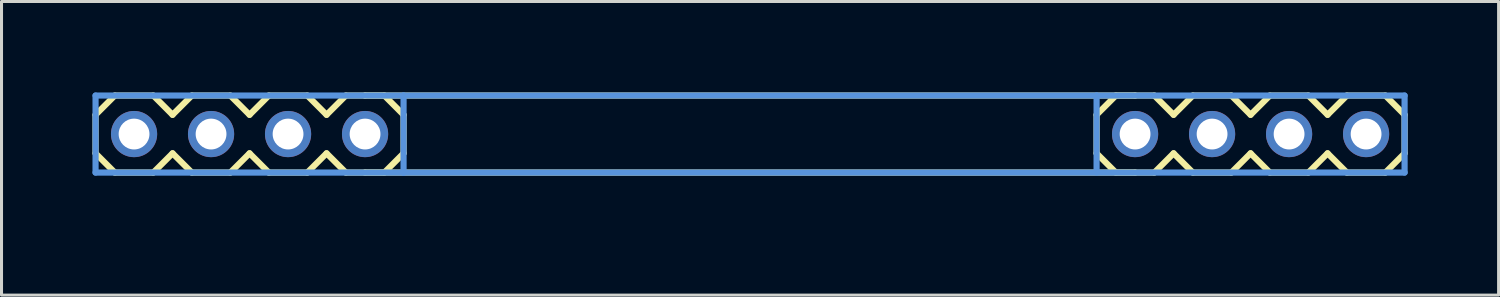
<source format=kicad_pcb>
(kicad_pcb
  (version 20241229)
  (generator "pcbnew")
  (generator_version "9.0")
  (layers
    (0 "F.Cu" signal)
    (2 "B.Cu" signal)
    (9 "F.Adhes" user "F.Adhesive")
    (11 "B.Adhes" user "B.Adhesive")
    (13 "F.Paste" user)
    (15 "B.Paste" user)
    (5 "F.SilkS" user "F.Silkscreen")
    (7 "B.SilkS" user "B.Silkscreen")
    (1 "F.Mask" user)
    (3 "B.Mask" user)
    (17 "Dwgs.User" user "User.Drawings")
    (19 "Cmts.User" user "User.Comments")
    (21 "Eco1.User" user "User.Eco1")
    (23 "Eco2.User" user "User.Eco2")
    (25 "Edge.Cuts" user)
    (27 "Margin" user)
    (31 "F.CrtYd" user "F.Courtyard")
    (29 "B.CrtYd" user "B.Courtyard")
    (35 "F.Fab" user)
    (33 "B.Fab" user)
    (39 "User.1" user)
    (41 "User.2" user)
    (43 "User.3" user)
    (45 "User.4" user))
  (footprint "RX-B1"
    (layer "F.Cu")
    (at 20.422 1.372)
    (property "Reference" "RX-B1" (at -6.426 1.346 0) (layer "Eco1.User") (effects (font (size 1.27 1.27) (thickness 0.127))))
    (attr through_hole)
    (fp_line (start -20.32 -0.635) (end -20.32 0.635) (stroke (width 0.203) (type solid)) (layer "F.SilkS"))
    (fp_line (start -20.32 0.635) (end -19.685 1.27) (stroke (width 0.203) (type solid)) (layer "F.SilkS"))
    (fp_line (start -19.685 -1.27) (end -20.32 -0.635) (stroke (width 0.203) (type solid)) (layer "F.SilkS"))
    (fp_line (start -19.685 -1.27) (end -18.415 -1.27) (stroke (width 0.203) (type solid)) (layer "F.SilkS"))
    (fp_line (start -18.415 -1.27) (end -17.78 -0.635) (stroke (width 0.203) (type solid)) (layer "F.SilkS"))
    (fp_line (start -18.415 1.27) (end -19.685 1.27) (stroke (width 0.203) (type solid)) (layer "F.SilkS"))
    (fp_line (start -17.78 -0.635) (end -17.145 -1.27) (stroke (width 0.203) (type solid)) (layer "F.SilkS"))
    (fp_line (start -17.78 0.635) (end -18.415 1.27) (stroke (width 0.203) (type solid)) (layer "F.SilkS"))
    (fp_line (start -17.145 -1.27) (end -15.875 -1.27) (stroke (width 0.203) (type solid)) (layer "F.SilkS"))
    (fp_line (start -17.145 1.27) (end -17.78 0.635) (stroke (width 0.203) (type solid)) (layer "F.SilkS"))
    (fp_line (start -15.875 -1.27) (end -15.24 -0.635) (stroke (width 0.203) (type solid)) (layer "F.SilkS"))
    (fp_line (start -15.875 1.27) (end -17.145 1.27) (stroke (width 0.203) (type solid)) (layer "F.SilkS"))
    (fp_line (start -15.24 -0.635) (end -14.605 -1.27) (stroke (width 0.203) (type solid)) (layer "F.SilkS"))
    (fp_line (start -15.24 0.635) (end -15.875 1.27) (stroke (width 0.203) (type solid)) (layer "F.SilkS"))
    (fp_line (start -14.605 -1.27) (end -13.335 -1.27) (stroke (width 0.203) (type solid)) (layer "F.SilkS"))
    (fp_line (start -14.605 1.27) (end -15.24 0.635) (stroke (width 0.203) (type solid)) (layer "F.SilkS"))
    (fp_line (start -13.335 -1.27) (end -12.7 -0.635) (stroke (width 0.203) (type solid)) (layer "F.SilkS"))
    (fp_line (start -13.335 1.27) (end -14.605 1.27) (stroke (width 0.203) (type solid)) (layer "F.SilkS"))
    (fp_line (start -12.7 0.635) (end -13.335 1.27) (stroke (width 0.203) (type solid)) (layer "F.SilkS"))
    (fp_line (start -12.7 0.635) (end -12.065 1.27) (stroke (width 0.203) (type solid)) (layer "F.SilkS"))
    (fp_line (start -12.065 -1.27) (end -12.7 -0.635) (stroke (width 0.203) (type solid)) (layer "F.SilkS"))
    (fp_line (start -12.065 -1.27) (end -11.43 -1.27) (stroke (width 0.203) (type solid)) (layer "F.SilkS"))
    (fp_line (start -11.43 -1.27) (end -10.795 -1.27) (stroke (width 0.203) (type solid)) (layer "F.SilkS"))
    (fp_line (start -11.43 -1.27) (end 13.97 -1.27) (stroke (width 0.203) (type solid)) (layer "F.SilkS"))
    (fp_line (start -11.43 1.27) (end -12.065 1.27) (stroke (width 0.203) (type solid)) (layer "F.SilkS"))
    (fp_line (start -10.795 -1.27) (end -10.16 -0.635) (stroke (width 0.203) (type solid)) (layer "F.SilkS"))
    (fp_line (start -10.795 1.27) (end -11.43 1.27) (stroke (width 0.203) (type solid)) (layer "F.SilkS"))
    (fp_line (start -10.16 -0.635) (end -10.16 0.635) (stroke (width 0.203) (type solid)) (layer "F.SilkS"))
    (fp_line (start -10.16 0.635) (end -10.795 1.27) (stroke (width 0.203) (type solid)) (layer "F.SilkS"))
    (fp_line (start 12.7 -0.635) (end 12.7 0.635) (stroke (width 0.203) (type solid)) (layer "F.SilkS"))
    (fp_line (start 12.7 0.635) (end 13.335 1.27) (stroke (width 0.203) (type solid)) (layer "F.SilkS"))
    (fp_line (start 13.335 -1.27) (end 12.7 -0.635) (stroke (width 0.203) (type solid)) (layer "F.SilkS"))
    (fp_line (start 13.335 -1.27) (end 13.97 -1.27) (stroke (width 0.203) (type solid)) (layer "F.SilkS"))
    (fp_line (start 13.97 -1.27) (end 14.605 -1.27) (stroke (width 0.203) (type solid)) (layer "F.SilkS"))
    (fp_line (start 13.97 1.27) (end -11.43 1.27) (stroke (width 0.203) (type solid)) (layer "F.SilkS"))
    (fp_line (start 13.97 1.27) (end 13.335 1.27) (stroke (width 0.203) (type solid)) (layer "F.SilkS"))
    (fp_line (start 14.605 -1.27) (end 15.24 -0.635) (stroke (width 0.203) (type solid)) (layer "F.SilkS"))
    (fp_line (start 14.605 1.27) (end 13.97 1.27) (stroke (width 0.203) (type solid)) (layer "F.SilkS"))
    (fp_line (start 15.24 0.635) (end 14.605 1.27) (stroke (width 0.203) (type solid)) (layer "F.SilkS"))
    (fp_line (start 15.24 0.635) (end 15.875 1.27) (stroke (width 0.203) (type solid)) (layer "F.SilkS"))
    (fp_line (start 15.875 -1.27) (end 15.24 -0.635) (stroke (width 0.203) (type solid)) (layer "F.SilkS"))
    (fp_line (start 15.875 -1.27) (end 17.145 -1.27) (stroke (width 0.203) (type solid)) (layer "F.SilkS"))
    (fp_line (start 17.145 -1.27) (end 17.78 -0.635) (stroke (width 0.203) (type solid)) (layer "F.SilkS"))
    (fp_line (start 17.145 1.27) (end 15.875 1.27) (stroke (width 0.203) (type solid)) (layer "F.SilkS"))
    (fp_line (start 17.78 0.635) (end 17.145 1.27) (stroke (width 0.203) (type solid)) (layer "F.SilkS"))
    (fp_line (start 17.78 0.635) (end 18.415 1.27) (stroke (width 0.203) (type solid)) (layer "F.SilkS"))
    (fp_line (start 18.415 -1.27) (end 17.78 -0.635) (stroke (width 0.203) (type solid)) (layer "F.SilkS"))
    (fp_line (start 18.415 -1.27) (end 19.685 -1.27) (stroke (width 0.203) (type solid)) (layer "F.SilkS"))
    (fp_line (start 19.685 -1.27) (end 20.32 -0.635) (stroke (width 0.203) (type solid)) (layer "F.SilkS"))
    (fp_line (start 19.685 1.27) (end 18.415 1.27) (stroke (width 0.203) (type solid)) (layer "F.SilkS"))
    (fp_line (start 20.32 0.635) (end 19.685 1.27) (stroke (width 0.203) (type solid)) (layer "F.SilkS"))
    (fp_line (start 20.32 0.635) (end 20.955 1.27) (stroke (width 0.203) (type solid)) (layer "F.SilkS"))
    (fp_line (start 20.955 -1.27) (end 20.32 -0.635) (stroke (width 0.203) (type solid)) (layer "F.SilkS"))
    (fp_line (start 20.955 -1.27) (end 22.225 -1.27) (stroke (width 0.203) (type solid)) (layer "F.SilkS"))
    (fp_line (start 22.225 -1.27) (end 22.86 -0.635) (stroke (width 0.203) (type solid)) (layer "F.SilkS"))
    (fp_line (start 22.225 1.27) (end 20.955 1.27) (stroke (width 0.203) (type solid)) (layer "F.SilkS"))
    (fp_line (start 22.86 -0.635) (end 22.86 0.635) (stroke (width 0.203) (type solid)) (layer "F.SilkS"))
    (fp_line (start 22.86 0.635) (end 22.225 1.27) (stroke (width 0.203) (type solid)) (layer "F.SilkS"))
    (fp_line (start -20.32 -1.27) (end -10.16 -1.27) (stroke (width 0.203) (type solid)) (layer "Cmts.User"))
    (fp_line (start -20.32 1.27) (end -20.32 -1.27) (stroke (width 0.203) (type solid)) (layer "Cmts.User"))
    (fp_line (start -10.16 -1.27) (end -10.16 1.27) (stroke (width 0.203) (type solid)) (layer "Cmts.User"))
    (fp_line (start -10.16 -1.27) (end 12.7 -1.27) (stroke (width 0.203) (type solid)) (layer "Cmts.User"))
    (fp_line (start -10.16 1.27) (end -20.32 1.27) (stroke (width 0.203) (type solid)) (layer "Cmts.User"))
    (fp_line (start -10.16 1.27) (end 12.7 1.27) (stroke (width 0.127) (type solid)) (layer "Cmts.User"))
    (fp_line (start 12.7 -1.27) (end 22.86 -1.27) (stroke (width 0.203) (type solid)) (layer "Cmts.User"))
    (fp_line (start 12.7 1.27) (end 12.7 -1.27) (stroke (width 0.203) (type solid)) (layer "Cmts.User"))
    (fp_line (start 22.86 -1.27) (end 22.86 1.27) (stroke (width 0.203) (type solid)) (layer "Cmts.User"))
    (fp_line (start 22.86 1.27) (end -10.16 1.27) (stroke (width 0.203) (type solid)) (layer "Cmts.User"))
    (pad "9" thru_hole oval (at -19.05 0 90) (size 1.524 1.524) (drill 1.016) (layers "*.Cu" "*.Mask"))
    (pad "10" thru_hole oval (at -16.51 0 90) (size 1.524 1.524) (drill 1.016) (layers "*.Cu" "*.Mask"))
    (pad "11" thru_hole oval (at -13.97 0 90) (size 1.524 1.524) (drill 1.016) (layers "*.Cu" "*.Mask"))
    (pad "12" thru_hole oval (at -11.43 0 90) (size 1.524 1.524) (drill 1.016) (layers "*.Cu" "*.Mask"))
    (pad "22" thru_hole oval (at 13.97 0 90) (size 1.524 1.524) (drill 1.016) (layers "*.Cu" "*.Mask"))
    (pad "23" thru_hole oval (at 16.51 0 90) (size 1.524 1.524) (drill 1.016) (layers "*.Cu" "*.Mask"))
    (pad "24" thru_hole oval (at 19.05 0 90) (size 1.524 1.524) (drill 1.016) (layers "*.Cu" "*.Mask"))
    (pad "25" thru_hole oval (at 21.59 0 90) (size 1.524 1.524) (drill 1.016) (layers "*.Cu" "*.Mask")))
  (gr_rect
    (start -3 -3)
    (end 46.383 6.684)
    (stroke (width 0.1) (type default))
    (fill no)
    (layer "Edge.Cuts")))
</source>
